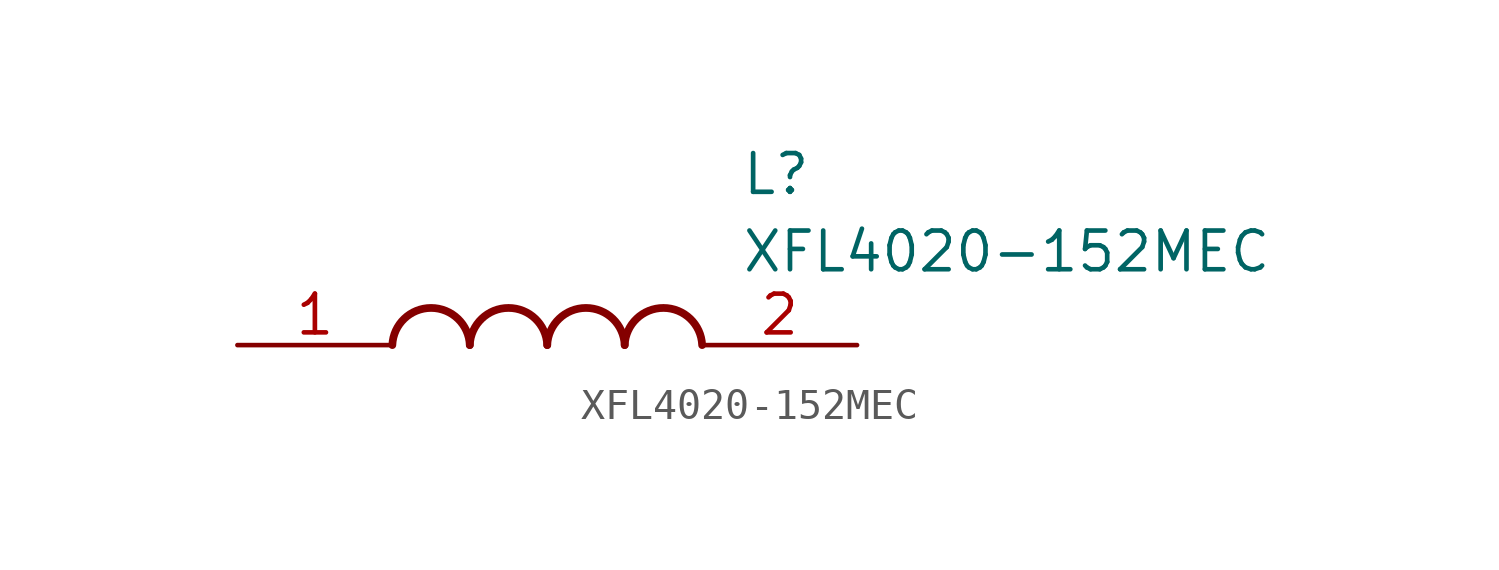
<source format=kicad_sym>
(kicad_symbol_lib
  (version 20211014)
  (generator SamacSys_ECAD_Model)
  (symbol "XFL4020-152MEC"
    (pin_names hide)
    (property "Reference" "L"
      (at 16.51 6.35 0)
      (effects (font (size 1.27 1.27)) (justify left top)))
    (property "Value" "XFL4020-152MEC"
      (at 16.51 3.81 0)
      (effects (font (size 1.27 1.27)) (justify left top)))
    (arc
      (start 7.62 0)
      (mid 6.35 1.219)
      (end 5.08 0)
      (stroke (width 0.254) (type default))
      (fill (type none)))
    (arc
      (start 10.16 0)
      (mid 8.89 1.219)
      (end 7.62 0)
      (stroke (width 0.254) (type default))
      (fill (type none)))
    (arc
      (start 12.7 0)
      (mid 11.43 1.219)
      (end 10.16 0)
      (stroke (width 0.254) (type default))
      (fill (type none)))
    (arc
      (start 15.24 0)
      (mid 13.97 1.219)
      (end 12.7 0)
      (stroke (width 0.254) (type default))
      (fill (type none)))
    (pin passive line
      (at 0 0 0)
      (length 5.08)
      (name "1" (effects (font (size 1.27 1.27))))
      (number "1" (effects (font (size 1.27 1.27)))))
    (pin passive line
      (at 20.32 0 180)
      (length 5.08)
      (name "2" (effects (font (size 1.27 1.27))))
      (number "2" (effects (font (size 1.27 1.27)))))))
</source>
